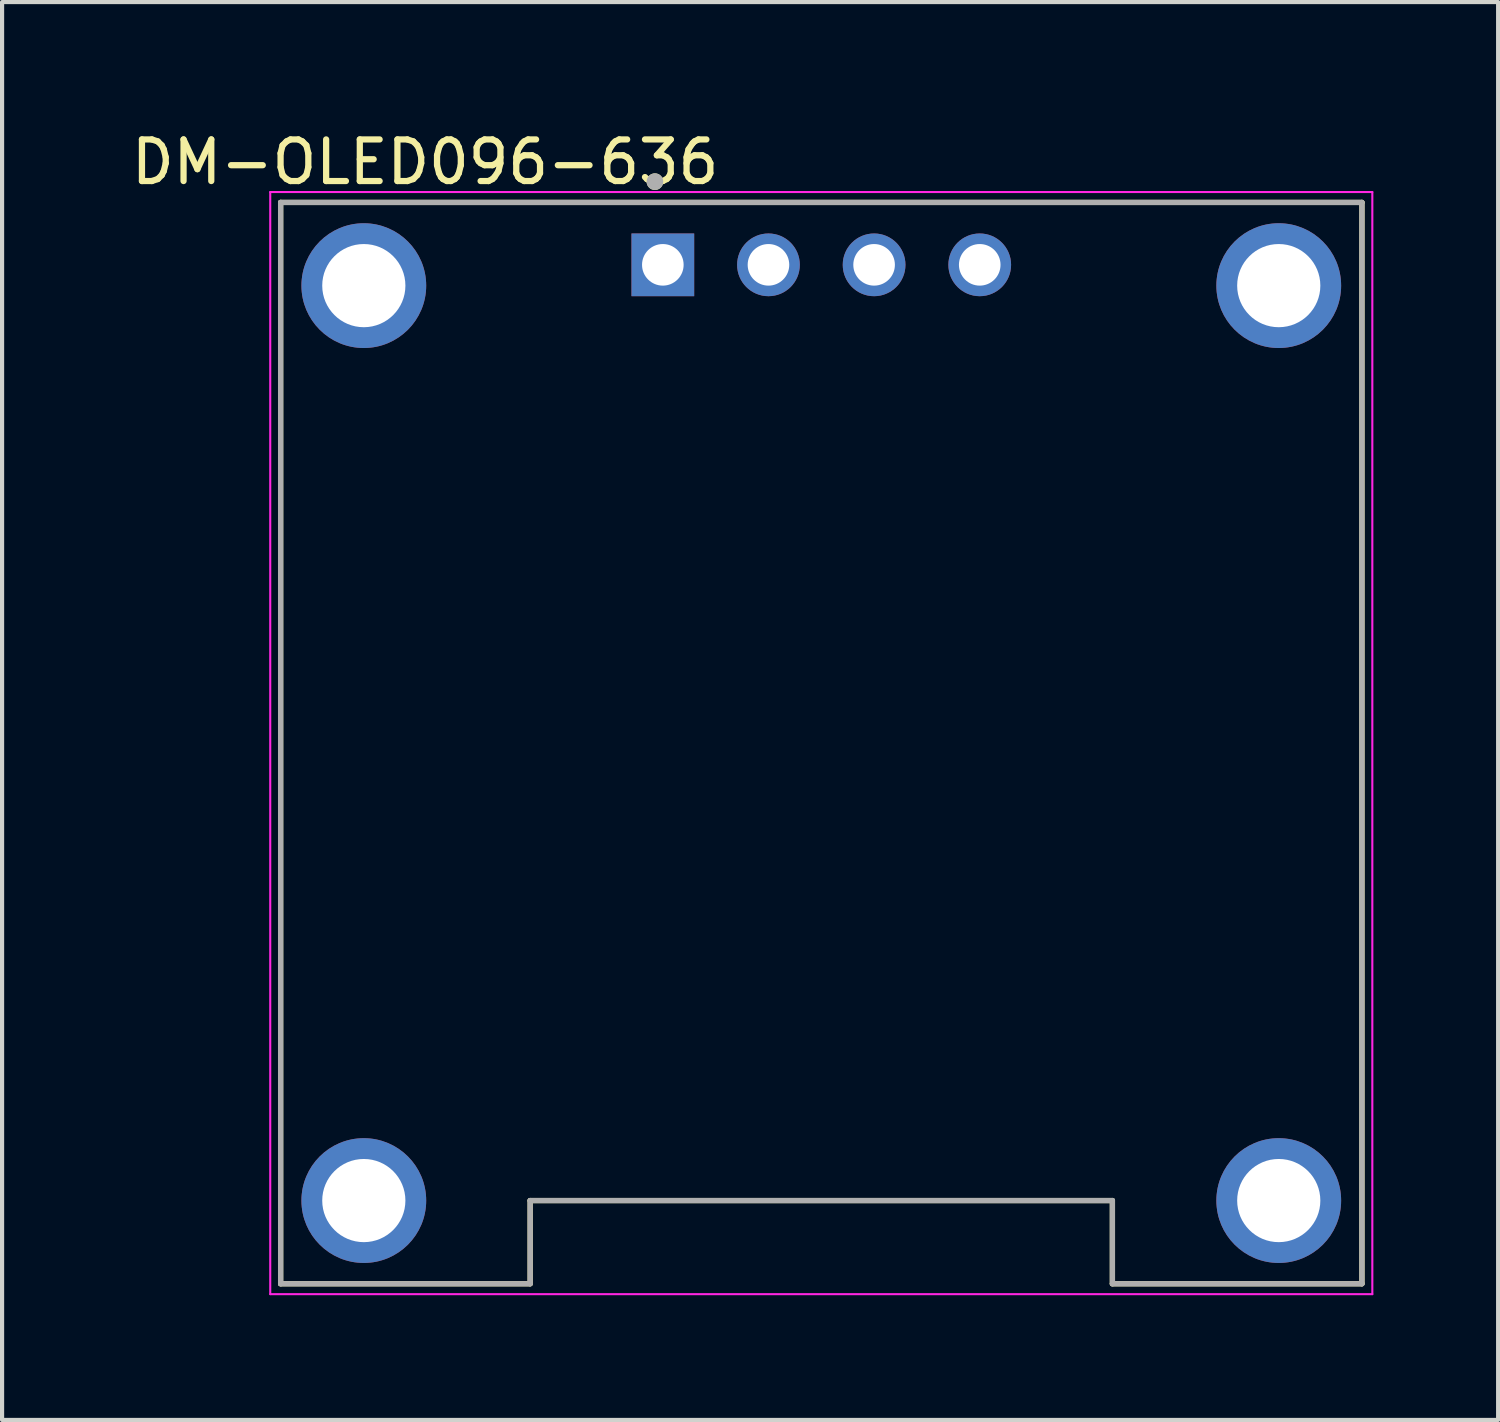
<source format=kicad_pcb>
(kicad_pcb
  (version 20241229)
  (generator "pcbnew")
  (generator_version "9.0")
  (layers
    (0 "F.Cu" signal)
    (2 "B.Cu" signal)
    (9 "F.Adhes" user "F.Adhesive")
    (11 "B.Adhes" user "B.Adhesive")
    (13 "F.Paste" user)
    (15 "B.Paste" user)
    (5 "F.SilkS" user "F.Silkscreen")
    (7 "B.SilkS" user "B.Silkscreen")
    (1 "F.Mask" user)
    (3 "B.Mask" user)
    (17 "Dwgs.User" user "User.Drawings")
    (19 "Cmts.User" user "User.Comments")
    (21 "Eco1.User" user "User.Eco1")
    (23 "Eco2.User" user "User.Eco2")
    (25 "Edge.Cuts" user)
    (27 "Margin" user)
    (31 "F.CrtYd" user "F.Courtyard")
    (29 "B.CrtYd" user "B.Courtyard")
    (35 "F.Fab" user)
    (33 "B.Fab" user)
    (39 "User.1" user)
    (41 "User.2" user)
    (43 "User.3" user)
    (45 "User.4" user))
  (footprint "DM-OLED096-636"
    (layer "F.Cu")
    (at 16.698 14.818)
    (property "Reference" "DM-OLED096-636" (at -9.525 -13.97 0) (layer "F.SilkS") (effects (font (size 1 1) (thickness 0.15))))
    (attr through_hole)
    (fp_line (start -13 -13) (end 13 -13) (stroke (width 0.127) (type solid)) (layer "F.SilkS"))
    (fp_line (start -13 13) (end -13 -13) (stroke (width 0.127) (type solid)) (layer "F.SilkS"))
    (fp_line (start -7 11) (end -7 13) (stroke (width 0.127) (type solid)) (layer "F.SilkS"))
    (fp_line (start -7 13) (end -13 13) (stroke (width 0.127) (type solid)) (layer "F.SilkS"))
    (fp_line (start 7 11) (end -7 11) (stroke (width 0.127) (type solid)) (layer "F.SilkS"))
    (fp_line (start 7 13) (end 7 11) (stroke (width 0.127) (type solid)) (layer "F.SilkS"))
    (fp_line (start 13 -13) (end 13 13) (stroke (width 0.127) (type solid)) (layer "F.SilkS"))
    (fp_line (start 13 13) (end 7 13) (stroke (width 0.127) (type solid)) (layer "F.SilkS"))
    (fp_circle (center -4 -13.5) (end -3.9 -13.5) (stroke (width 0.2) (type solid)) (fill no) (layer "F.SilkS"))
    (fp_line (start -13.25 -13.25) (end 13.25 -13.25) (stroke (width 0.05) (type solid)) (layer "F.CrtYd"))
    (fp_line (start -13.25 13.25) (end -13.25 -13.25) (stroke (width 0.05) (type solid)) (layer "F.CrtYd"))
    (fp_line (start 13.25 -13.25) (end 13.25 13.25) (stroke (width 0.05) (type solid)) (layer "F.CrtYd"))
    (fp_line (start 13.25 13.25) (end -13.25 13.25) (stroke (width 0.05) (type solid)) (layer "F.CrtYd"))
    (fp_line (start -13 -13) (end 13 -13) (stroke (width 0.127) (type solid)) (layer "F.Fab"))
    (fp_line (start -13 13) (end -13 -13) (stroke (width 0.127) (type solid)) (layer "F.Fab"))
    (fp_line (start -7 11) (end 7 11) (stroke (width 0.127) (type solid)) (layer "F.Fab"))
    (fp_line (start -7 13) (end -13 13) (stroke (width 0.127) (type solid)) (layer "F.Fab"))
    (fp_line (start -7 13) (end -7 11) (stroke (width 0.127) (type solid)) (layer "F.Fab"))
    (fp_line (start 7 11) (end 7 13) (stroke (width 0.127) (type solid)) (layer "F.Fab"))
    (fp_line (start 13 -13) (end 13 13) (stroke (width 0.127) (type solid)) (layer "F.Fab"))
    (fp_line (start 13 13) (end 7 13) (stroke (width 0.127) (type solid)) (layer "F.Fab"))
    (fp_circle (center -4 -13.5) (end -3.9 -13.5) (stroke (width 0.2) (type solid)) (fill no) (layer "F.Fab"))
    (pad "" np_thru_hole circle (at -11 -11) (size 3 3) (drill 2) (layers "*.Cu" "*.Mask"))
    (pad "" np_thru_hole circle (at -11 11) (size 3 3) (drill 2) (layers "*.Cu" "*.Mask"))
    (pad "" np_thru_hole circle (at 11 -11) (size 3 3) (drill 2) (layers "*.Cu" "*.Mask"))
    (pad "" np_thru_hole circle (at 11 11) (size 3 3) (drill 2) (layers "*.Cu" "*.Mask"))
    (pad "1" thru_hole rect (at -3.81 -11.5) (size 1.508 1.508) (drill 1) (layers "*.Cu" "*.Mask"))
    (pad "2" thru_hole circle (at -1.27 -11.5) (size 1.508 1.508) (drill 1) (layers "*.Cu" "*.Mask"))
    (pad "3" thru_hole circle (at 1.27 -11.5) (size 1.508 1.508) (drill 1) (layers "*.Cu" "*.Mask"))
    (pad "4" thru_hole circle (at 3.81 -11.5) (size 1.508 1.508) (drill 1) (layers "*.Cu" "*.Mask")))
  (gr_rect
    (start -3 -3)
    (end 32.973 31.093)
    (stroke (width 0.1) (type default))
    (fill no)
    (layer "Edge.Cuts")))
</source>
